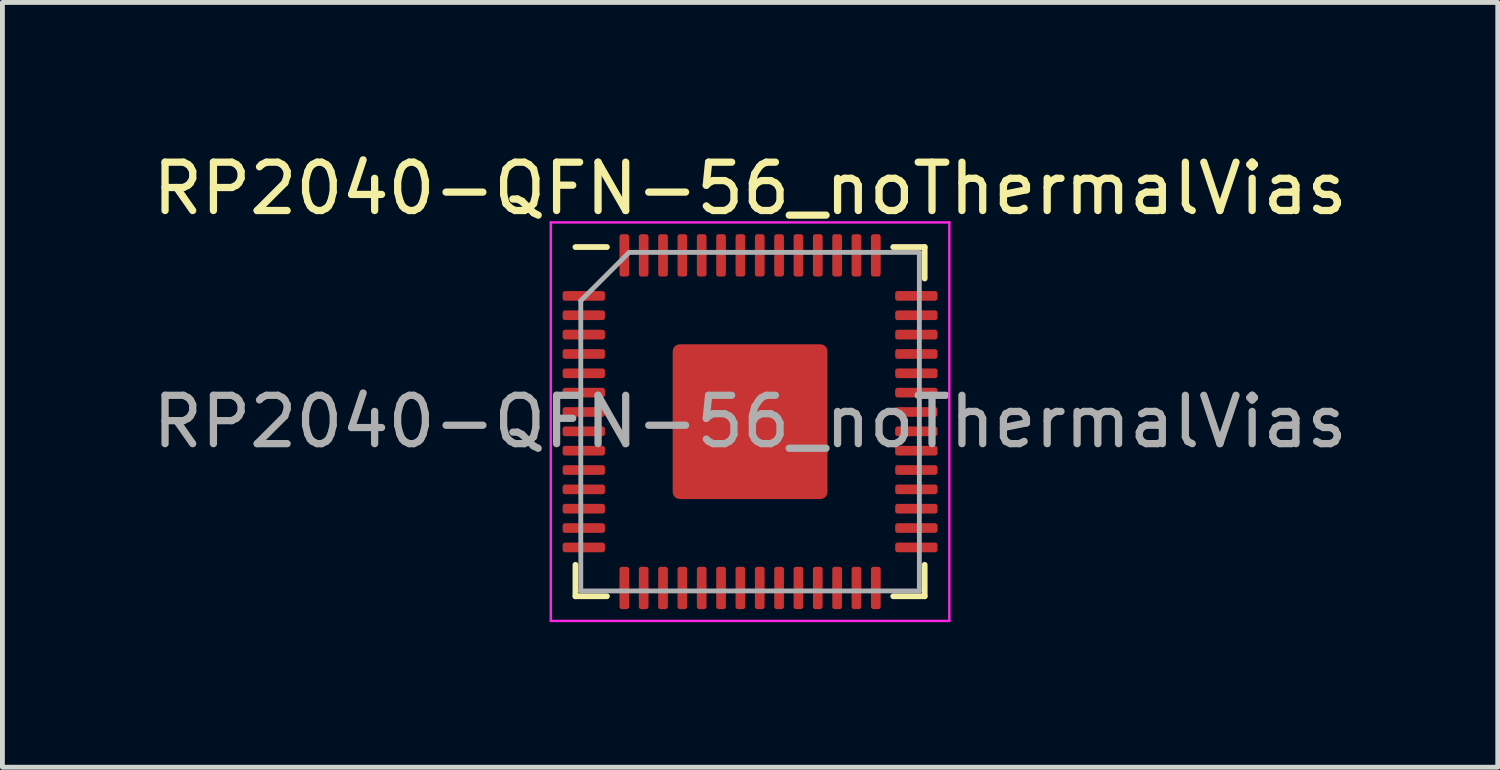
<source format=kicad_pcb>
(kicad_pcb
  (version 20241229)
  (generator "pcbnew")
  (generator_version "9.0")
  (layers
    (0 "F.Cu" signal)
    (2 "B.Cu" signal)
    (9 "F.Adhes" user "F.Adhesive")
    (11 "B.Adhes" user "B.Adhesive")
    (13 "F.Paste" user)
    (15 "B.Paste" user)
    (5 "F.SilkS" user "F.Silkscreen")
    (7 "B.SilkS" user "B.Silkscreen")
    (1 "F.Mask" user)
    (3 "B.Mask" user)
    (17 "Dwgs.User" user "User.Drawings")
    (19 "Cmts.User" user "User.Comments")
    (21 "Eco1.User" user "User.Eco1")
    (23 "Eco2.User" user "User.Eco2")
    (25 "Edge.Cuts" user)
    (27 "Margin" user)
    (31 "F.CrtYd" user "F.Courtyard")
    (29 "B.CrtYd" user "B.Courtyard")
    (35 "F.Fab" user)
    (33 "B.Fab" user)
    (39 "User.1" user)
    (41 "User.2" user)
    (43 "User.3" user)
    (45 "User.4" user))
  (footprint "RP2040-QFN-56_noThermalVias"
    (layer "F.Cu")
    (at 12.458 5.668)
    (property "Reference" "RP2040-QFN-56_noThermalVias" (at 0 -4.82 0) (layer "F.SilkS") (effects (font (size 1 1) (thickness 0.15))))
    (attr smd)
    (fp_line (start -3.61 3.61) (end -3.61 2.96) (stroke (width 0.12) (type solid)) (layer "F.SilkS"))
    (fp_line (start -2.96 -3.61) (end -3.61 -3.61) (stroke (width 0.12) (type solid)) (layer "F.SilkS"))
    (fp_line (start -2.96 3.61) (end -3.61 3.61) (stroke (width 0.12) (type solid)) (layer "F.SilkS"))
    (fp_line (start 2.96 -3.61) (end 3.61 -3.61) (stroke (width 0.12) (type solid)) (layer "F.SilkS"))
    (fp_line (start 2.96 3.61) (end 3.61 3.61) (stroke (width 0.12) (type solid)) (layer "F.SilkS"))
    (fp_line (start 3.61 -3.61) (end 3.61 -2.96) (stroke (width 0.12) (type solid)) (layer "F.SilkS"))
    (fp_line (start 3.61 3.61) (end 3.61 2.96) (stroke (width 0.12) (type solid)) (layer "F.SilkS"))
    (fp_line (start -4.12 -4.12) (end -4.12 4.12) (stroke (width 0.05) (type solid)) (layer "F.CrtYd"))
    (fp_line (start -4.12 4.12) (end 4.12 4.12) (stroke (width 0.05) (type solid)) (layer "F.CrtYd"))
    (fp_line (start 4.12 -4.12) (end -4.12 -4.12) (stroke (width 0.05) (type solid)) (layer "F.CrtYd"))
    (fp_line (start 4.12 4.12) (end 4.12 -4.12) (stroke (width 0.05) (type solid)) (layer "F.CrtYd"))
    (fp_line (start -3.5 -2.5) (end -2.5 -3.5) (stroke (width 0.1) (type solid)) (layer "F.Fab"))
    (fp_line (start -3.5 3.5) (end -3.5 -2.5) (stroke (width 0.1) (type solid)) (layer "F.Fab"))
    (fp_line (start -2.5 -3.5) (end 3.5 -3.5) (stroke (width 0.1) (type solid)) (layer "F.Fab"))
    (fp_line (start 3.5 -3.5) (end 3.5 3.5) (stroke (width 0.1) (type solid)) (layer "F.Fab"))
    (fp_line (start 3.5 3.5) (end -3.5 3.5) (stroke (width 0.1) (type solid)) (layer "F.Fab"))
    (fp_text user "${REFERENCE}" (at 0 0 0) (layer "F.Fab") (effects (font (size 1 1) (thickness 0.15))))
    (pad "" smd roundrect (at -0.637 -0.637) (size 1.084 1.084) (layers "F.Paste") (roundrect_rratio 0.231))
    (pad "" smd roundrect (at -0.637 0.637) (size 1.084 1.084) (layers "F.Paste") (roundrect_rratio 0.231))
    (pad "" smd roundrect (at 0.637 -0.637) (size 1.084 1.084) (layers "F.Paste") (roundrect_rratio 0.231))
    (pad "" smd roundrect (at 0.637 0.637) (size 1.084 1.084) (layers "F.Paste") (roundrect_rratio 0.231))
    (pad "1" smd roundrect (at -3.438 -2.6) (size 0.875 0.2) (layers "F.Cu" "F.Mask" "F.Paste") (roundrect_rratio 0.25))
    (pad "2" smd roundrect (at -3.438 -2.2) (size 0.875 0.2) (layers "F.Cu" "F.Mask" "F.Paste") (roundrect_rratio 0.25))
    (pad "3" smd roundrect (at -3.438 -1.8) (size 0.875 0.2) (layers "F.Cu" "F.Mask" "F.Paste") (roundrect_rratio 0.25))
    (pad "4" smd roundrect (at -3.438 -1.4) (size 0.875 0.2) (layers "F.Cu" "F.Mask" "F.Paste") (roundrect_rratio 0.25))
    (pad "5" smd roundrect (at -3.438 -1) (size 0.875 0.2) (layers "F.Cu" "F.Mask" "F.Paste") (roundrect_rratio 0.25))
    (pad "6" smd roundrect (at -3.438 -0.6) (size 0.875 0.2) (layers "F.Cu" "F.Mask" "F.Paste") (roundrect_rratio 0.25))
    (pad "7" smd roundrect (at -3.438 -0.2) (size 0.875 0.2) (layers "F.Cu" "F.Mask" "F.Paste") (roundrect_rratio 0.25))
    (pad "8" smd roundrect (at -3.438 0.2) (size 0.875 0.2) (layers "F.Cu" "F.Mask" "F.Paste") (roundrect_rratio 0.25))
    (pad "9" smd roundrect (at -3.438 0.6) (size 0.875 0.2) (layers "F.Cu" "F.Mask" "F.Paste") (roundrect_rratio 0.25))
    (pad "10" smd roundrect (at -3.438 1) (size 0.875 0.2) (layers "F.Cu" "F.Mask" "F.Paste") (roundrect_rratio 0.25))
    (pad "11" smd roundrect (at -3.438 1.4) (size 0.875 0.2) (layers "F.Cu" "F.Mask" "F.Paste") (roundrect_rratio 0.25))
    (pad "12" smd roundrect (at -3.438 1.8) (size 0.875 0.2) (layers "F.Cu" "F.Mask" "F.Paste") (roundrect_rratio 0.25))
    (pad "13" smd roundrect (at -3.438 2.2) (size 0.875 0.2) (layers "F.Cu" "F.Mask" "F.Paste") (roundrect_rratio 0.25))
    (pad "14" smd roundrect (at -3.438 2.6) (size 0.875 0.2) (layers "F.Cu" "F.Mask" "F.Paste") (roundrect_rratio 0.25))
    (pad "15" smd roundrect (at -2.6 3.438) (size 0.2 0.875) (layers "F.Cu" "F.Mask" "F.Paste") (roundrect_rratio 0.25))
    (pad "16" smd roundrect (at -2.2 3.438) (size 0.2 0.875) (layers "F.Cu" "F.Mask" "F.Paste") (roundrect_rratio 0.25))
    (pad "17" smd roundrect (at -1.8 3.438) (size 0.2 0.875) (layers "F.Cu" "F.Mask" "F.Paste") (roundrect_rratio 0.25))
    (pad "18" smd roundrect (at -1.4 3.438) (size 0.2 0.875) (layers "F.Cu" "F.Mask" "F.Paste") (roundrect_rratio 0.25))
    (pad "19" smd roundrect (at -1 3.438) (size 0.2 0.875) (layers "F.Cu" "F.Mask" "F.Paste") (roundrect_rratio 0.25))
    (pad "20" smd roundrect (at -0.6 3.438) (size 0.2 0.875) (layers "F.Cu" "F.Mask" "F.Paste") (roundrect_rratio 0.25))
    (pad "21" smd roundrect (at -0.2 3.438) (size 0.2 0.875) (layers "F.Cu" "F.Mask" "F.Paste") (roundrect_rratio 0.25))
    (pad "22" smd roundrect (at 0.2 3.438) (size 0.2 0.875) (layers "F.Cu" "F.Mask" "F.Paste") (roundrect_rratio 0.25))
    (pad "23" smd roundrect (at 0.6 3.438) (size 0.2 0.875) (layers "F.Cu" "F.Mask" "F.Paste") (roundrect_rratio 0.25))
    (pad "24" smd roundrect (at 1 3.438) (size 0.2 0.875) (layers "F.Cu" "F.Mask" "F.Paste") (roundrect_rratio 0.25))
    (pad "25" smd roundrect (at 1.4 3.438) (size 0.2 0.875) (layers "F.Cu" "F.Mask" "F.Paste") (roundrect_rratio 0.25))
    (pad "26" smd roundrect (at 1.8 3.438) (size 0.2 0.875) (layers "F.Cu" "F.Mask" "F.Paste") (roundrect_rratio 0.25))
    (pad "27" smd roundrect (at 2.2 3.438) (size 0.2 0.875) (layers "F.Cu" "F.Mask" "F.Paste") (roundrect_rratio 0.25))
    (pad "28" smd roundrect (at 2.6 3.438) (size 0.2 0.875) (layers "F.Cu" "F.Mask" "F.Paste") (roundrect_rratio 0.25))
    (pad "29" smd roundrect (at 3.438 2.6) (size 0.875 0.2) (layers "F.Cu" "F.Mask" "F.Paste") (roundrect_rratio 0.25))
    (pad "30" smd roundrect (at 3.438 2.2) (size 0.875 0.2) (layers "F.Cu" "F.Mask" "F.Paste") (roundrect_rratio 0.25))
    (pad "31" smd roundrect (at 3.438 1.8) (size 0.875 0.2) (layers "F.Cu" "F.Mask" "F.Paste") (roundrect_rratio 0.25))
    (pad "32" smd roundrect (at 3.438 1.4) (size 0.875 0.2) (layers "F.Cu" "F.Mask" "F.Paste") (roundrect_rratio 0.25))
    (pad "33" smd roundrect (at 3.438 1) (size 0.875 0.2) (layers "F.Cu" "F.Mask" "F.Paste") (roundrect_rratio 0.25))
    (pad "34" smd roundrect (at 3.438 0.6) (size 0.875 0.2) (layers "F.Cu" "F.Mask" "F.Paste") (roundrect_rratio 0.25))
    (pad "35" smd roundrect (at 3.438 0.2) (size 0.875 0.2) (layers "F.Cu" "F.Mask" "F.Paste") (roundrect_rratio 0.25))
    (pad "36" smd roundrect (at 3.438 -0.2) (size 0.875 0.2) (layers "F.Cu" "F.Mask" "F.Paste") (roundrect_rratio 0.25))
    (pad "37" smd roundrect (at 3.438 -0.6) (size 0.875 0.2) (layers "F.Cu" "F.Mask" "F.Paste") (roundrect_rratio 0.25))
    (pad "38" smd roundrect (at 3.438 -1) (size 0.875 0.2) (layers "F.Cu" "F.Mask" "F.Paste") (roundrect_rratio 0.25))
    (pad "39" smd roundrect (at 3.438 -1.4) (size 0.875 0.2) (layers "F.Cu" "F.Mask" "F.Paste") (roundrect_rratio 0.25))
    (pad "40" smd roundrect (at 3.438 -1.8) (size 0.875 0.2) (layers "F.Cu" "F.Mask" "F.Paste") (roundrect_rratio 0.25))
    (pad "41" smd roundrect (at 3.438 -2.2) (size 0.875 0.2) (layers "F.Cu" "F.Mask" "F.Paste") (roundrect_rratio 0.25))
    (pad "42" smd roundrect (at 3.438 -2.6) (size 0.875 0.2) (layers "F.Cu" "F.Mask" "F.Paste") (roundrect_rratio 0.25))
    (pad "43" smd roundrect (at 2.6 -3.438) (size 0.2 0.875) (layers "F.Cu" "F.Mask" "F.Paste") (roundrect_rratio 0.25))
    (pad "44" smd roundrect (at 2.2 -3.438) (size 0.2 0.875) (layers "F.Cu" "F.Mask" "F.Paste") (roundrect_rratio 0.25))
    (pad "45" smd roundrect (at 1.8 -3.438) (size 0.2 0.875) (layers "F.Cu" "F.Mask" "F.Paste") (roundrect_rratio 0.25))
    (pad "46" smd roundrect (at 1.4 -3.438) (size 0.2 0.875) (layers "F.Cu" "F.Mask" "F.Paste") (roundrect_rratio 0.25))
    (pad "47" smd roundrect (at 1 -3.438) (size 0.2 0.875) (layers "F.Cu" "F.Mask" "F.Paste") (roundrect_rratio 0.25))
    (pad "48" smd roundrect (at 0.6 -3.438) (size 0.2 0.875) (layers "F.Cu" "F.Mask" "F.Paste") (roundrect_rratio 0.25))
    (pad "49" smd roundrect (at 0.2 -3.438) (size 0.2 0.875) (layers "F.Cu" "F.Mask" "F.Paste") (roundrect_rratio 0.25))
    (pad "50" smd roundrect (at -0.2 -3.438) (size 0.2 0.875) (layers "F.Cu" "F.Mask" "F.Paste") (roundrect_rratio 0.25))
    (pad "51" smd roundrect (at -0.6 -3.438) (size 0.2 0.875) (layers "F.Cu" "F.Mask" "F.Paste") (roundrect_rratio 0.25))
    (pad "52" smd roundrect (at -1 -3.438) (size 0.2 0.875) (layers "F.Cu" "F.Mask" "F.Paste") (roundrect_rratio 0.25))
    (pad "53" smd roundrect (at -1.4 -3.438) (size 0.2 0.875) (layers "F.Cu" "F.Mask" "F.Paste") (roundrect_rratio 0.25))
    (pad "54" smd roundrect (at -1.8 -3.438) (size 0.2 0.875) (layers "F.Cu" "F.Mask" "F.Paste") (roundrect_rratio 0.25))
    (pad "55" smd roundrect (at -2.2 -3.438) (size 0.2 0.875) (layers "F.Cu" "F.Mask" "F.Paste") (roundrect_rratio 0.25))
    (pad "56" smd roundrect (at -2.6 -3.438) (size 0.2 0.875) (layers "F.Cu" "F.Mask" "F.Paste") (roundrect_rratio 0.25))
    (pad "57" smd roundrect (at 0 0) (size 3.2 3.2) (layers "F.Cu" "F.Mask") (roundrect_rratio 0.045)))
  (gr_rect
    (start -3 -3)
    (end 27.917 12.813)
    (stroke (width 0.1) (type default))
    (fill no)
    (layer "Edge.Cuts")))
</source>
